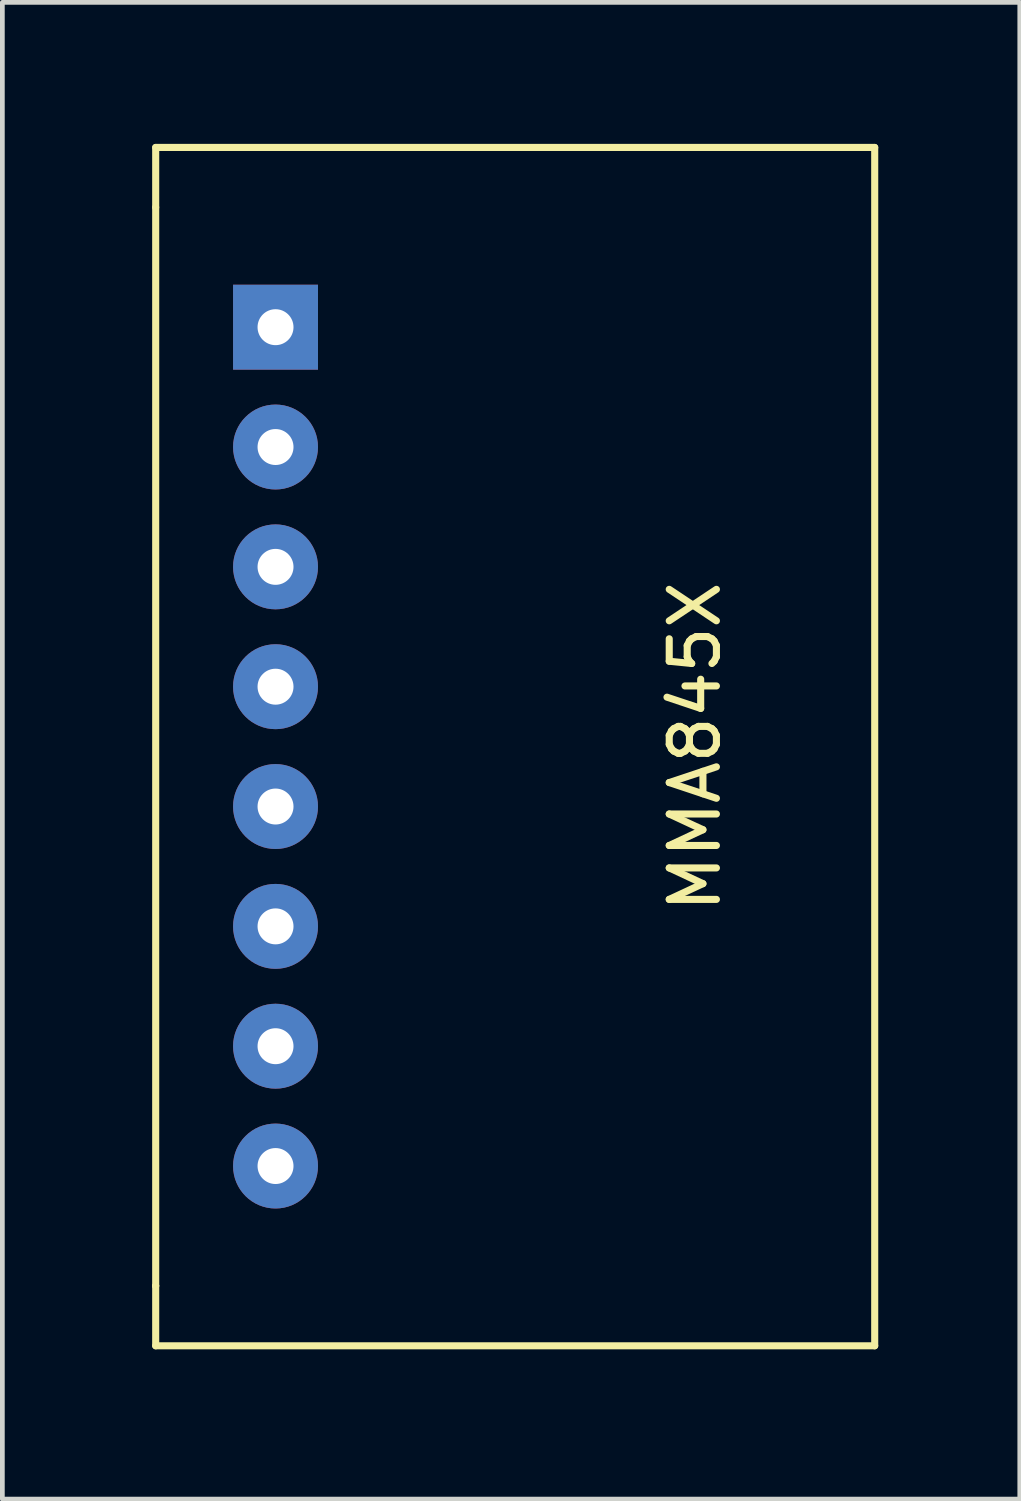
<source format=kicad_pcb>
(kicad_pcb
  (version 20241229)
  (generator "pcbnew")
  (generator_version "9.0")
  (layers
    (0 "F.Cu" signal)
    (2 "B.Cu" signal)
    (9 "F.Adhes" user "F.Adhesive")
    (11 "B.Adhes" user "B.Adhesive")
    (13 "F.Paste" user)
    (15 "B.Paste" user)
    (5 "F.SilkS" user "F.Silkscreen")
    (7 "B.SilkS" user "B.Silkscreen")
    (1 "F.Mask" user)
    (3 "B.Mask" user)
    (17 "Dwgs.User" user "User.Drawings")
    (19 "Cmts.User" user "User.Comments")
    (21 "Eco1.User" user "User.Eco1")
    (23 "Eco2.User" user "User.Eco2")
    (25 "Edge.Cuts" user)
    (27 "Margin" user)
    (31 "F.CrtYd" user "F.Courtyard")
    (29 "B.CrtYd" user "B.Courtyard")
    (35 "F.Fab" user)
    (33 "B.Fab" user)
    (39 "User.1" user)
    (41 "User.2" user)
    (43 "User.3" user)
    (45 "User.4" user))
  (footprint "MMA845X"
    (layer "F.Cu")
    (at 0.25 25.475)
    (property "Reference" "MMA845X" (at 11.43 -12.7 90) (layer "F.SilkS") (effects (font (size 1 1) (thickness 0.15))))
    (attr through_hole)
    (fp_line (start 0 -25.4) (end 0 -24.13) (stroke (width 0.15) (type solid)) (layer "F.SilkS"))
    (fp_line (start 0 -25.4) (end 15.24 -25.4) (stroke (width 0.15) (type solid)) (layer "F.SilkS"))
    (fp_line (start 0 -24.13) (end 0 -1.27) (stroke (width 0.15) (type solid)) (layer "F.SilkS"))
    (fp_line (start 0 -1.27) (end 0 -1.27) (stroke (width 0.15) (type solid)) (layer "F.SilkS"))
    (fp_line (start 0 -1.27) (end 0 0) (stroke (width 0.15) (type solid)) (layer "F.SilkS"))
    (fp_line (start 15.24 -25.4) (end 15.24 0) (stroke (width 0.15) (type solid)) (layer "F.SilkS"))
    (fp_line (start 15.24 0) (end 0 0) (stroke (width 0.15) (type solid)) (layer "F.SilkS"))
    (pad "1" thru_hole rect (at 2.54 -21.59) (size 1.8 1.8) (drill 0.762) (layers "*.Cu" "*.Mask"))
    (pad "2" thru_hole circle (at 2.54 -19.05) (size 1.8 1.8) (drill 0.762) (layers "*.Cu" "*.Mask"))
    (pad "3" thru_hole circle (at 2.54 -16.51) (size 1.8 1.8) (drill 0.762) (layers "*.Cu" "*.Mask"))
    (pad "4" thru_hole circle (at 2.54 -13.97) (size 1.8 1.8) (drill 0.762) (layers "*.Cu" "*.Mask"))
    (pad "5" thru_hole circle (at 2.54 -11.43) (size 1.8 1.8) (drill 0.762) (layers "*.Cu" "*.Mask"))
    (pad "6" thru_hole circle (at 2.54 -8.89) (size 1.8 1.8) (drill 0.762) (layers "*.Cu" "*.Mask"))
    (pad "7" thru_hole circle (at 2.54 -6.35) (size 1.8 1.8) (drill 0.762) (layers "*.Cu" "*.Mask"))
    (pad "8" thru_hole circle (at 2.54 -3.81) (size 1.8 1.8) (drill 0.762) (layers "*.Cu" "*.Mask")))
  (gr_rect
    (start -3 -3)
    (end 18.565 28.725)
    (stroke (width 0.1) (type default))
    (fill no)
    (layer "Edge.Cuts")))
</source>
